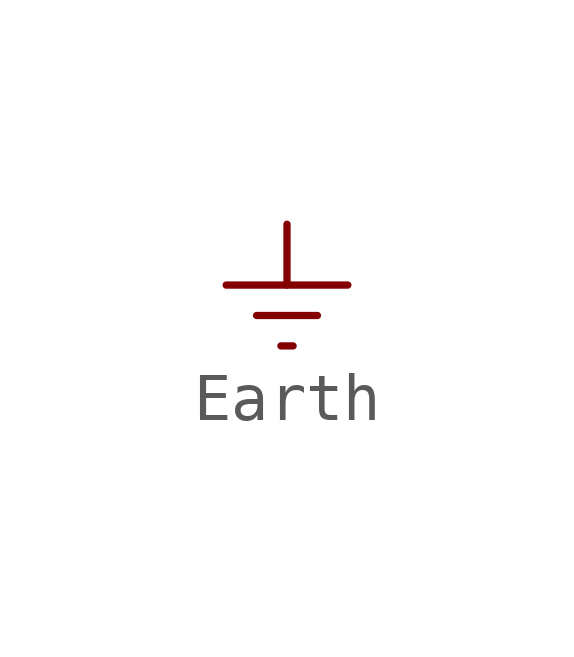
<source format=kicad_sym>
(kicad_symbol_lib
  (version 20211014)
  (generator kicad_symbol_editor)
  (symbol "Earth"
    (power)
    (pin_names
      (offset 0))
    (property "Reference" "#PWR"
      (at 0 2.54 0)
      (effects (font (size 1.27 1.27)) hide))
    (symbol "Earth_0_1"
      (polyline (pts (xy -0.635 -1.905) (xy 0.635 -1.905)) (stroke (width 0) (type default) (color 0 0 0 0)) (fill (type none)))
      (polyline (pts (xy -0.127 -2.54) (xy 0.127 -2.54)) (stroke (width 0) (type default) (color 0 0 0 0)) (fill (type none)))
      (polyline (pts (xy 0 -1.27) (xy 0 0)) (stroke (width 0) (type default) (color 0 0 0 0)) (fill (type none)))
      (polyline (pts (xy 1.27 -1.27) (xy -1.27 -1.27)) (stroke (width 0) (type default) (color 0 0 0 0)) (fill (type none))))
    (symbol "Earth_1_1"
      (pin power_in line (at 0 0 180) (length 0) hide (name "Earth" (effects (font (size 1.27 1.27)))) (number "1" (effects (font (size 1.27 1.27))))))))
</source>
